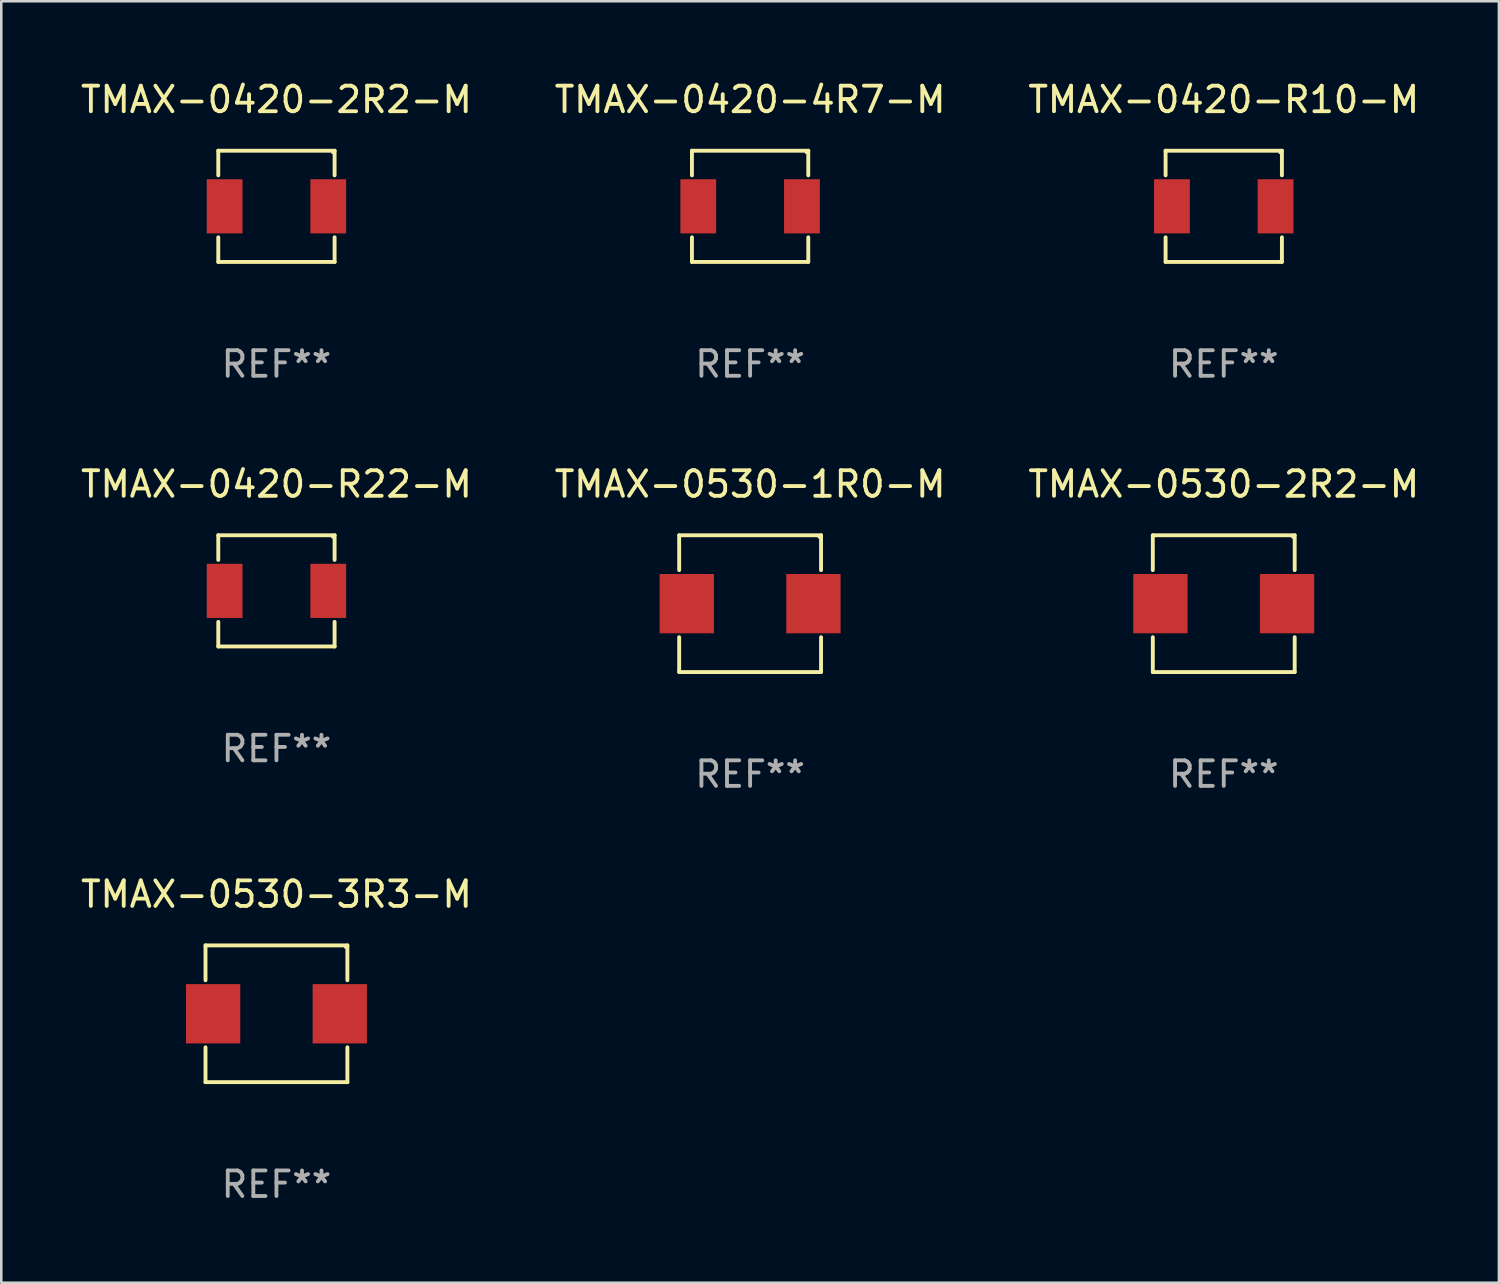
<source format=kicad_pcb>
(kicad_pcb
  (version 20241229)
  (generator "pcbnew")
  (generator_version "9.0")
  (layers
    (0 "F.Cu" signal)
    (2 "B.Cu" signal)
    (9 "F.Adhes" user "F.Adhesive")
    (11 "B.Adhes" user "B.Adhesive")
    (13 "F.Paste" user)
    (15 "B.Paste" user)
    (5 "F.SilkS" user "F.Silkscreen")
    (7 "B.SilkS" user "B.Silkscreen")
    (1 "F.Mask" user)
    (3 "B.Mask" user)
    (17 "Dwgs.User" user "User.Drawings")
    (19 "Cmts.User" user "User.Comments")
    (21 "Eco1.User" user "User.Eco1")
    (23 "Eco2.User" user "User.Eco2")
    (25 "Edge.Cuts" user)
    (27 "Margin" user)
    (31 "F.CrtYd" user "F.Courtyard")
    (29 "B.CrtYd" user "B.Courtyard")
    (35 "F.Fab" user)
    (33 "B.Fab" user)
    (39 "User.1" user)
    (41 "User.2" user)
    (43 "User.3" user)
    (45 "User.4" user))
  (footprint "TMAX-0530-3R3-M"
    (layer "F.Cu")
    (at 7.768 36.622)
    (property "Reference" "TMAX-0530-3R3-M" (at 0 -4.676 0) (layer "F.SilkS") (effects (font (size 1 1) (thickness 0.15))))
    (attr through_hole)
    (fp_line (start -2.776 -2.676) (end 2.776 -2.676) (stroke (width 0.152) (type solid)) (layer "F.SilkS"))
    (fp_line (start -2.776 -1.312) (end -2.776 -2.676) (stroke (width 0.152) (type solid)) (layer "F.SilkS"))
    (fp_line (start -2.776 1.312) (end -2.776 2.676) (stroke (width 0.152) (type solid)) (layer "F.SilkS"))
    (fp_line (start -2.776 2.676) (end 2.776 2.676) (stroke (width 0.152) (type solid)) (layer "F.SilkS"))
    (fp_line (start 2.776 -2.676) (end 2.776 -1.312) (stroke (width 0.152) (type solid)) (layer "F.SilkS"))
    (fp_line (start 2.776 2.676) (end 2.776 1.312) (stroke (width 0.152) (type solid)) (layer "F.SilkS"))
    (fp_circle (center 2.7 -2.6) (end 2.73 -2.6) (stroke (width 0.06) (type solid)) (fill no) (layer "F.SilkS"))
    (fp_text user "REF**" (at 0 6.676 0) (layer "F.Fab") (effects (font (size 1 1) (thickness 0.15))))
    (pad "1" smd rect (at 2.478 0) (size 2.124 2.32) (layers "F.Cu" "F.Mask" "F.Paste"))
    (pad "2" smd rect (at -2.478 0) (size 2.124 2.32) (layers "F.Cu" "F.Mask" "F.Paste")))
  (footprint "TMAX-0530-2R2-M"
    (layer "F.Cu")
    (at 44.839 20.573)
    (property "Reference" "TMAX-0530-2R2-M" (at 0 -4.676 0) (layer "F.SilkS") (effects (font (size 1 1) (thickness 0.15))))
    (attr through_hole)
    (fp_line (start -2.776 -2.676) (end 2.776 -2.676) (stroke (width 0.152) (type solid)) (layer "F.SilkS"))
    (fp_line (start -2.776 -1.312) (end -2.776 -2.676) (stroke (width 0.152) (type solid)) (layer "F.SilkS"))
    (fp_line (start -2.776 1.312) (end -2.776 2.676) (stroke (width 0.152) (type solid)) (layer "F.SilkS"))
    (fp_line (start -2.776 2.676) (end 2.776 2.676) (stroke (width 0.152) (type solid)) (layer "F.SilkS"))
    (fp_line (start 2.776 -2.676) (end 2.776 -1.312) (stroke (width 0.152) (type solid)) (layer "F.SilkS"))
    (fp_line (start 2.776 2.676) (end 2.776 1.312) (stroke (width 0.152) (type solid)) (layer "F.SilkS"))
    (fp_circle (center 2.7 -2.6) (end 2.73 -2.6) (stroke (width 0.06) (type solid)) (fill no) (layer "F.SilkS"))
    (fp_text user "REF**" (at 0 6.676 0) (layer "F.Fab") (effects (font (size 1 1) (thickness 0.15))))
    (pad "1" smd rect (at 2.478 0) (size 2.124 2.32) (layers "F.Cu" "F.Mask" "F.Paste"))
    (pad "2" smd rect (at -2.478 0) (size 2.124 2.32) (layers "F.Cu" "F.Mask" "F.Paste")))
  (footprint "TMAX-0420-R22-M"
    (layer "F.Cu")
    (at 7.768 20.073)
    (property "Reference" "TMAX-0420-R22-M" (at 0 -4.176 0) (layer "F.SilkS") (effects (font (size 1 1) (thickness 0.15))))
    (attr through_hole)
    (fp_line (start -2.276 -2.176) (end 2.276 -2.176) (stroke (width 0.152) (type solid)) (layer "F.SilkS"))
    (fp_line (start -2.276 -1.212) (end -2.276 -2.176) (stroke (width 0.152) (type solid)) (layer "F.SilkS"))
    (fp_line (start -2.276 1.212) (end -2.276 2.176) (stroke (width 0.152) (type solid)) (layer "F.SilkS"))
    (fp_line (start -2.276 2.176) (end 2.276 2.176) (stroke (width 0.152) (type solid)) (layer "F.SilkS"))
    (fp_line (start 2.276 -2.176) (end 2.276 -1.212) (stroke (width 0.152) (type solid)) (layer "F.SilkS"))
    (fp_line (start 2.276 2.176) (end 2.276 1.212) (stroke (width 0.152) (type solid)) (layer "F.SilkS"))
    (fp_circle (center 2.2 -2.1) (end 2.23 -2.1) (stroke (width 0.06) (type solid)) (fill no) (layer "F.SilkS"))
    (fp_text user "REF**" (at 0 6.176 0) (layer "F.Fab") (effects (font (size 1 1) (thickness 0.15))))
    (pad "1" smd rect (at 2.028 0) (size 1.4 2.12) (layers "F.Cu" "F.Mask" "F.Paste"))
    (pad "2" smd rect (at -2.028 0) (size 1.4 2.12) (layers "F.Cu" "F.Mask" "F.Paste")))
  (footprint "TMAX-0420-4R7-M"
    (layer "F.Cu")
    (at 26.304 5.024)
    (property "Reference" "TMAX-0420-4R7-M" (at 0 -4.176 0) (layer "F.SilkS") (effects (font (size 1 1) (thickness 0.15))))
    (attr through_hole)
    (fp_line (start -2.276 -2.176) (end 2.276 -2.176) (stroke (width 0.152) (type solid)) (layer "F.SilkS"))
    (fp_line (start -2.276 -1.212) (end -2.276 -2.176) (stroke (width 0.152) (type solid)) (layer "F.SilkS"))
    (fp_line (start -2.276 1.212) (end -2.276 2.176) (stroke (width 0.152) (type solid)) (layer "F.SilkS"))
    (fp_line (start -2.276 2.176) (end 2.276 2.176) (stroke (width 0.152) (type solid)) (layer "F.SilkS"))
    (fp_line (start 2.276 -2.176) (end 2.276 -1.212) (stroke (width 0.152) (type solid)) (layer "F.SilkS"))
    (fp_line (start 2.276 2.176) (end 2.276 1.212) (stroke (width 0.152) (type solid)) (layer "F.SilkS"))
    (fp_circle (center 2.2 -2.1) (end 2.23 -2.1) (stroke (width 0.06) (type solid)) (fill no) (layer "F.SilkS"))
    (fp_text user "REF**" (at 0 6.176 0) (layer "F.Fab") (effects (font (size 1 1) (thickness 0.15))))
    (pad "1" smd rect (at 2.028 0) (size 1.4 2.12) (layers "F.Cu" "F.Mask" "F.Paste"))
    (pad "2" smd rect (at -2.028 0) (size 1.4 2.12) (layers "F.Cu" "F.Mask" "F.Paste")))
  (footprint "TMAX-0420-2R2-M"
    (layer "F.Cu")
    (at 7.768 5.024)
    (property "Reference" "TMAX-0420-2R2-M" (at 0 -4.176 0) (layer "F.SilkS") (effects (font (size 1 1) (thickness 0.15))))
    (attr through_hole)
    (fp_line (start -2.276 -2.176) (end 2.276 -2.176) (stroke (width 0.152) (type solid)) (layer "F.SilkS"))
    (fp_line (start -2.276 -1.212) (end -2.276 -2.176) (stroke (width 0.152) (type solid)) (layer "F.SilkS"))
    (fp_line (start -2.276 1.212) (end -2.276 2.176) (stroke (width 0.152) (type solid)) (layer "F.SilkS"))
    (fp_line (start -2.276 2.176) (end 2.276 2.176) (stroke (width 0.152) (type solid)) (layer "F.SilkS"))
    (fp_line (start 2.276 -2.176) (end 2.276 -1.212) (stroke (width 0.152) (type solid)) (layer "F.SilkS"))
    (fp_line (start 2.276 2.176) (end 2.276 1.212) (stroke (width 0.152) (type solid)) (layer "F.SilkS"))
    (fp_circle (center 2.2 -2.1) (end 2.23 -2.1) (stroke (width 0.06) (type solid)) (fill no) (layer "F.SilkS"))
    (fp_text user "REF**" (at 0 6.176 0) (layer "F.Fab") (effects (font (size 1 1) (thickness 0.15))))
    (pad "1" smd rect (at 2.028 0) (size 1.4 2.12) (layers "F.Cu" "F.Mask" "F.Paste"))
    (pad "2" smd rect (at -2.028 0) (size 1.4 2.12) (layers "F.Cu" "F.Mask" "F.Paste")))
  (footprint "TMAX-0420-R10-M"
    (layer "F.Cu")
    (at 44.839 5.024)
    (property "Reference" "TMAX-0420-R10-M" (at 0 -4.176 0) (layer "F.SilkS") (effects (font (size 1 1) (thickness 0.15))))
    (attr through_hole)
    (fp_line (start -2.276 -2.176) (end 2.276 -2.176) (stroke (width 0.152) (type solid)) (layer "F.SilkS"))
    (fp_line (start -2.276 -1.212) (end -2.276 -2.176) (stroke (width 0.152) (type solid)) (layer "F.SilkS"))
    (fp_line (start -2.276 1.212) (end -2.276 2.176) (stroke (width 0.152) (type solid)) (layer "F.SilkS"))
    (fp_line (start -2.276 2.176) (end 2.276 2.176) (stroke (width 0.152) (type solid)) (layer "F.SilkS"))
    (fp_line (start 2.276 -2.176) (end 2.276 -1.212) (stroke (width 0.152) (type solid)) (layer "F.SilkS"))
    (fp_line (start 2.276 2.176) (end 2.276 1.212) (stroke (width 0.152) (type solid)) (layer "F.SilkS"))
    (fp_circle (center 2.2 -2.1) (end 2.23 -2.1) (stroke (width 0.06) (type solid)) (fill no) (layer "F.SilkS"))
    (fp_text user "REF**" (at 0 6.176 0) (layer "F.Fab") (effects (font (size 1 1) (thickness 0.15))))
    (pad "1" smd rect (at 2.028 0) (size 1.4 2.12) (layers "F.Cu" "F.Mask" "F.Paste"))
    (pad "2" smd rect (at -2.028 0) (size 1.4 2.12) (layers "F.Cu" "F.Mask" "F.Paste")))
  (footprint "TMAX-0530-1R0-M"
    (layer "F.Cu")
    (at 26.304 20.573)
    (property "Reference" "TMAX-0530-1R0-M" (at 0 -4.676 0) (layer "F.SilkS") (effects (font (size 1 1) (thickness 0.15))))
    (attr through_hole)
    (fp_line (start -2.776 -2.676) (end 2.776 -2.676) (stroke (width 0.152) (type solid)) (layer "F.SilkS"))
    (fp_line (start -2.776 -1.312) (end -2.776 -2.676) (stroke (width 0.152) (type solid)) (layer "F.SilkS"))
    (fp_line (start -2.776 1.312) (end -2.776 2.676) (stroke (width 0.152) (type solid)) (layer "F.SilkS"))
    (fp_line (start -2.776 2.676) (end 2.776 2.676) (stroke (width 0.152) (type solid)) (layer "F.SilkS"))
    (fp_line (start 2.776 -2.676) (end 2.776 -1.312) (stroke (width 0.152) (type solid)) (layer "F.SilkS"))
    (fp_line (start 2.776 2.676) (end 2.776 1.312) (stroke (width 0.152) (type solid)) (layer "F.SilkS"))
    (fp_circle (center 2.7 -2.6) (end 2.73 -2.6) (stroke (width 0.06) (type solid)) (fill no) (layer "F.SilkS"))
    (fp_text user "REF**" (at 0 6.676 0) (layer "F.Fab") (effects (font (size 1 1) (thickness 0.15))))
    (pad "1" smd rect (at 2.478 0) (size 2.124 2.32) (layers "F.Cu" "F.Mask" "F.Paste"))
    (pad "2" smd rect (at -2.478 0) (size 2.124 2.32) (layers "F.Cu" "F.Mask" "F.Paste")))
  (gr_rect
    (start -3 -3)
    (end 55.607 47.147)
    (stroke (width 0.1) (type default))
    (fill no)
    (layer "Edge.Cuts")))
</source>
